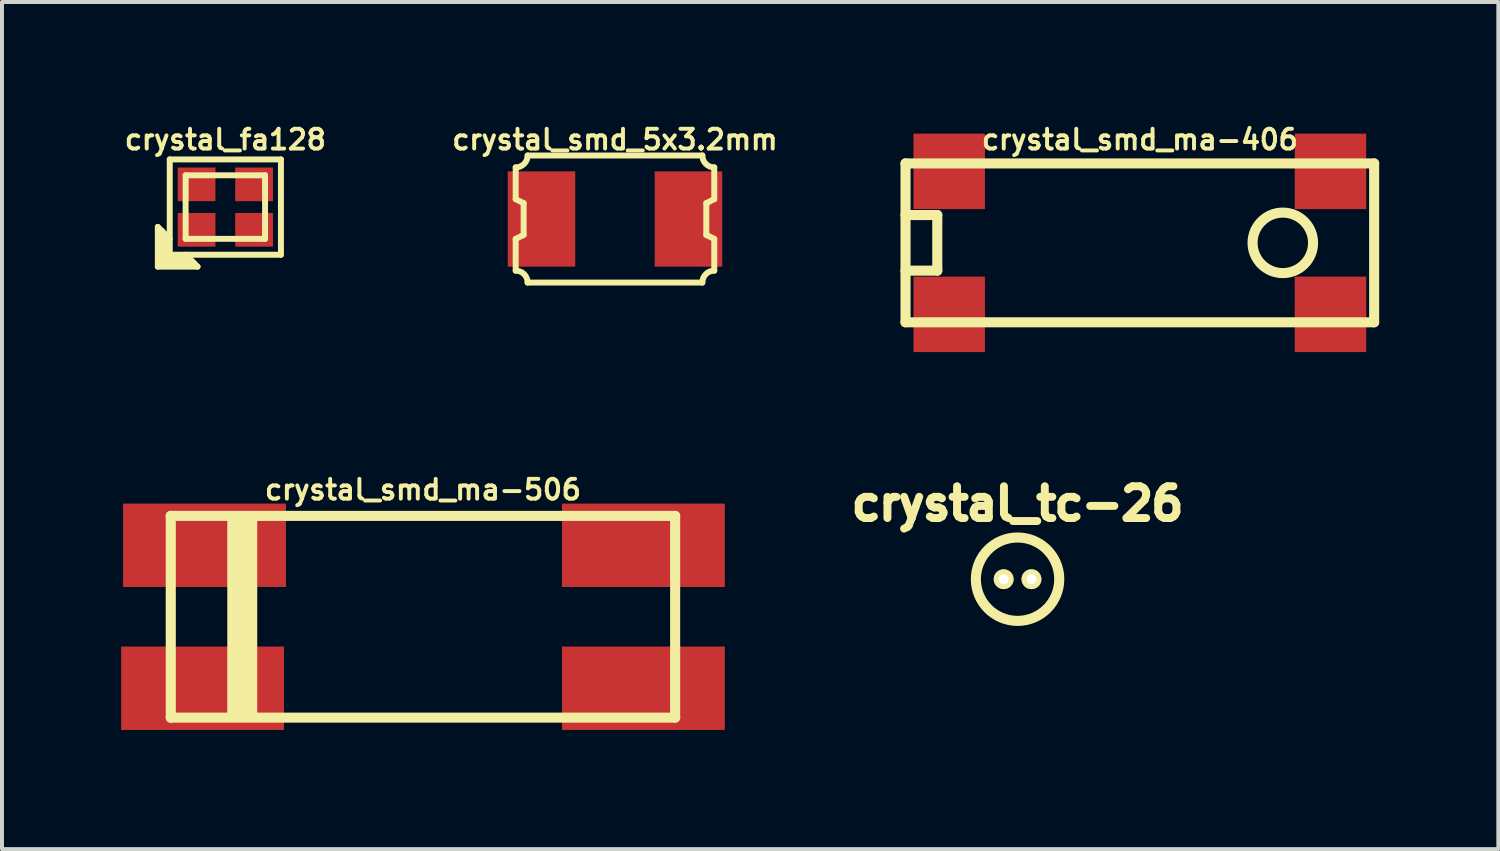
<source format=kicad_pcb>
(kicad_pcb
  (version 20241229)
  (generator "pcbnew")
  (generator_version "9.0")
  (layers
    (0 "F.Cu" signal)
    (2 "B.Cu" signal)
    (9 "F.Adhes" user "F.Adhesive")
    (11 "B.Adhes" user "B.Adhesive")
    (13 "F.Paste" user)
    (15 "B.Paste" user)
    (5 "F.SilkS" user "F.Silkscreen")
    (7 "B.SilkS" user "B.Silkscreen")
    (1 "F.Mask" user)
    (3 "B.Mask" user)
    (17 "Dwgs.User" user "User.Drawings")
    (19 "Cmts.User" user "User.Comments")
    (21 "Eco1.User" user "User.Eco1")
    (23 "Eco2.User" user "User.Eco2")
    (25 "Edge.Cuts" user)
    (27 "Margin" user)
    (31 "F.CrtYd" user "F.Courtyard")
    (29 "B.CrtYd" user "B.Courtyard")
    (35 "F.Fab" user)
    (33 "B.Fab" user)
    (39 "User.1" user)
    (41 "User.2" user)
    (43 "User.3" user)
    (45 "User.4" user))
  (footprint "crystal_smd_ma-406"
    (layer "F.Cu")
    (at 25.651 3.065)
    (property "Reference" "crystal_smd_ma-406" (at 0 -2.6 0) (layer "F.SilkS") (effects (font (size 0.498 0.498) (thickness 0.099))))
    (attr through_hole)
    (fp_line (start -5.9 -2) (end -5.9 2) (stroke (width 0.254) (type solid)) (layer "F.SilkS"))
    (fp_line (start -5.9 -2) (end 5.9 -2) (stroke (width 0.254) (type solid)) (layer "F.SilkS"))
    (fp_line (start -5.9 -0.7) (end -5.1 -0.7) (stroke (width 0.254) (type solid)) (layer "F.SilkS"))
    (fp_line (start -5.9 2) (end 5.9 2) (stroke (width 0.254) (type solid)) (layer "F.SilkS"))
    (fp_line (start -5.1 -0.7) (end -5.1 0.7) (stroke (width 0.254) (type solid)) (layer "F.SilkS"))
    (fp_line (start -5.1 0.7) (end -5.9 0.7) (stroke (width 0.254) (type solid)) (layer "F.SilkS"))
    (fp_line (start 5.9 -2) (end 5.9 2) (stroke (width 0.254) (type solid)) (layer "F.SilkS"))
    (fp_circle (center 3.6 0) (end 2.9 0.3) (stroke (width 0.254) (type solid)) (fill no) (layer "F.SilkS"))
    (pad "1" smd rect (at -4.8 1.8) (size 1.8 1.9) (layers "F.Cu" "F.Mask" "F.Paste"))
    (pad "2" smd rect (at -4.8 -1.8) (size 1.8 1.9) (layers "F.Cu" "F.Mask" "F.Paste"))
    (pad "3" smd rect (at 4.8 -1.8) (size 1.8 1.9) (layers "F.Cu" "F.Mask" "F.Paste"))
    (pad "3" smd rect (at 4.8 1.8) (size 1.8 1.9) (layers "F.Cu" "F.Mask" "F.Paste")))
  (footprint "crystal_tc-26"
    (layer "F.Cu")
    (at 22.572 11.534)
    (property "Reference" "crystal_tc-26" (at 0 -1.9 0) (layer "F.SilkS") (effects (font (size 0.8 0.8) (thickness 0.2))))
    (attr through_hole)
    (fp_circle (center 0 0) (end -1.05 0) (stroke (width 0.254) (type solid)) (fill no) (layer "F.SilkS"))
    (pad "1" thru_hole oval (at -0.35 0) (size 0.5 0.5) (drill 0.25) (layers "*.Cu" "*.Mask" "F.SilkS"))
    (pad "2" thru_hole oval (at 0.35 0) (size 0.5 0.5) (drill 0.25) (layers "*.Cu" "*.Mask" "F.SilkS")))
  (footprint "crystal_fa128"
    (layer "F.Cu")
    (at 2.624 2.164)
    (property "Reference" "crystal_fa128" (at 0 -1.699 0) (layer "F.SilkS") (effects (font (size 0.498 0.498) (thickness 0.099))))
    (attr through_hole)
    (fp_line (start -1.7 0.5) (end -1.4 0.8) (stroke (width 0.15) (type solid)) (layer "F.SilkS"))
    (fp_line (start -1.7 1.5) (end -1.7 0.5) (stroke (width 0.15) (type solid)) (layer "F.SilkS"))
    (fp_line (start -1.7 1.5) (end -0.7 1.5) (stroke (width 0.15) (type solid)) (layer "F.SilkS"))
    (fp_line (start -1.6 1.4) (end -1.6 0.6) (stroke (width 0.15) (type solid)) (layer "F.SilkS"))
    (fp_line (start -1.6 1.4) (end -0.8 1.4) (stroke (width 0.15) (type solid)) (layer "F.SilkS"))
    (fp_line (start -1.5 1.3) (end -1.5 0.7) (stroke (width 0.15) (type solid)) (layer "F.SilkS"))
    (fp_line (start -1.5 1.3) (end -0.9 1.3) (stroke (width 0.15) (type solid)) (layer "F.SilkS"))
    (fp_line (start -1.4 -1.2) (end 1.4 -1.2) (stroke (width 0.15) (type solid)) (layer "F.SilkS"))
    (fp_line (start -1.4 1.2) (end -1.4 -1.2) (stroke (width 0.15) (type solid)) (layer "F.SilkS"))
    (fp_line (start -1 -0.8) (end -1 0.8) (stroke (width 0.15) (type solid)) (layer "F.SilkS"))
    (fp_line (start -1 0.8) (end 1 0.8) (stroke (width 0.15) (type solid)) (layer "F.SilkS"))
    (fp_line (start -0.7 1.5) (end -1 1.2) (stroke (width 0.15) (type solid)) (layer "F.SilkS"))
    (fp_line (start 1 -0.8) (end -1 -0.8) (stroke (width 0.15) (type solid)) (layer "F.SilkS"))
    (fp_line (start 1 0.8) (end 1 -0.8) (stroke (width 0.15) (type solid)) (layer "F.SilkS"))
    (fp_line (start 1.4 -1.2) (end 1.4 1.2) (stroke (width 0.15) (type solid)) (layer "F.SilkS"))
    (fp_line (start 1.4 1.2) (end -1.4 1.2) (stroke (width 0.15) (type solid)) (layer "F.SilkS"))
    (pad "1" smd rect (at -0.724 0.572) (size 0.95 0.848) (layers "F.Cu" "F.Mask" "F.Paste"))
    (pad "2" smd rect (at 0.724 -0.572) (size 0.95 0.848) (layers "F.Cu" "F.Mask" "F.Paste"))
    (pad "3" smd rect (at 0.724 0.572) (size 0.95 0.848) (layers "F.Cu" "F.Mask" "F.Paste"))
    (pad "4" smd rect (at -0.724 -0.572) (size 0.95 0.848) (layers "F.Cu" "F.Mask" "F.Paste")))
  (footprint "crystal_smd_ma-506"
    (layer "F.Cu")
    (at 7.6 12.48)
    (property "Reference" "crystal_smd_ma-506" (at 0 -3.2 0) (layer "F.SilkS") (effects (font (size 0.498 0.498) (thickness 0.099))))
    (attr through_hole)
    (fp_line (start -6.35 -2.54) (end -6.35 2.54) (stroke (width 0.254) (type solid)) (layer "F.SilkS"))
    (fp_line (start -6.35 -2.54) (end 6.35 -2.54) (stroke (width 0.254) (type solid)) (layer "F.SilkS"))
    (fp_line (start -6.35 2.54) (end 6.35 2.54) (stroke (width 0.254) (type solid)) (layer "F.SilkS"))
    (fp_line (start -4.8 2.5) (end -4.8 -2.5) (stroke (width 0.254) (type solid)) (layer "F.SilkS"))
    (fp_line (start -4.7 2.5) (end -4.7 -2.5) (stroke (width 0.254) (type solid)) (layer "F.SilkS"))
    (fp_line (start -4.5 -2.5) (end -4.5 2.5) (stroke (width 0.254) (type solid)) (layer "F.SilkS"))
    (fp_line (start -4.3 2.5) (end -4.3 -2.5) (stroke (width 0.254) (type solid)) (layer "F.SilkS"))
    (fp_line (start 6.35 -2.54) (end 6.35 2.54) (stroke (width 0.254) (type solid)) (layer "F.SilkS"))
    (pad "1" smd rect (at -5.55 1.8) (size 4.1 2.1) (layers "F.Cu" "F.Mask" "F.Paste"))
    (pad "2" smd rect (at -5.5 -1.8) (size 4.1 2.1) (layers "F.Cu" "F.Mask" "F.Paste"))
    (pad "3" smd rect (at 5.55 -1.8) (size 4.1 2.1) (layers "F.Cu" "F.Mask" "F.Paste"))
    (pad "3" smd rect (at 5.55 1.8) (size 4.1 2.1) (layers "F.Cu" "F.Mask" "F.Paste")))
  (footprint "crystal_smd_5x3.2mm"
    (layer "F.Cu")
    (at 12.435 2.465)
    (property "Reference" "crystal_smd_5x3.2mm" (at 0 -2 0) (layer "F.SilkS") (effects (font (size 0.498 0.498) (thickness 0.099))))
    (attr through_hole)
    (fp_line (start -2.5 -0.5) (end -2.5 -1.3) (stroke (width 0.15) (type solid)) (layer "F.SilkS"))
    (fp_line (start -2.5 -0.5) (end -2.3 -0.4) (stroke (width 0.15) (type solid)) (layer "F.SilkS"))
    (fp_line (start -2.5 0.5) (end -2.3 0.4) (stroke (width 0.15) (type solid)) (layer "F.SilkS"))
    (fp_line (start -2.5 1.3) (end -2.5 0.5) (stroke (width 0.15) (type solid)) (layer "F.SilkS"))
    (fp_line (start -2.3 0.4) (end -2.3 -0.4) (stroke (width 0.15) (type solid)) (layer "F.SilkS"))
    (fp_line (start -2.2 -1.6) (end 2.2 -1.6) (stroke (width 0.15) (type solid)) (layer "F.SilkS"))
    (fp_line (start -2.2 1.6) (end 2.2 1.6) (stroke (width 0.15) (type solid)) (layer "F.SilkS"))
    (fp_line (start 2.3 -0.4) (end 2.5 -0.5) (stroke (width 0.15) (type solid)) (layer "F.SilkS"))
    (fp_line (start 2.3 0.4) (end 2.3 -0.4) (stroke (width 0.15) (type solid)) (layer "F.SilkS"))
    (fp_line (start 2.3 0.4) (end 2.5 0.5) (stroke (width 0.15) (type solid)) (layer "F.SilkS"))
    (fp_line (start 2.5 -0.5) (end 2.5 -1.3) (stroke (width 0.15) (type solid)) (layer "F.SilkS"))
    (fp_line (start 2.5 1.3) (end 2.5 0.5) (stroke (width 0.15) (type solid)) (layer "F.SilkS"))
    (fp_arc (start -2.5 1.3) (mid -2.287868 1.387868) (end -2.2 1.6) (stroke (width 0.15) (type solid)) (layer "F.SilkS"))
    (fp_arc (start -2.2 -1.6) (mid -2.287868 -1.387868) (end -2.5 -1.3) (stroke (width 0.15) (type solid)) (layer "F.SilkS"))
    (fp_arc (start 2.2 1.6) (mid 2.287868 1.387868) (end 2.5 1.3) (stroke (width 0.15) (type solid)) (layer "F.SilkS"))
    (fp_arc (start 2.5 -1.3) (mid 2.287868 -1.387868) (end 2.2 -1.6) (stroke (width 0.15) (type solid)) (layer "F.SilkS"))
    (pad "1" smd rect (at -1.85 0) (size 1.7 2.4) (layers "F.Cu" "F.Mask" "F.Paste"))
    (pad "2" smd rect (at 1.85 0) (size 1.7 2.4) (layers "F.Cu" "F.Mask" "F.Paste")))
  (gr_rect
    (start -3 -3)
    (end 34.678 18.33)
    (stroke (width 0.1) (type default))
    (fill no)
    (layer "Edge.Cuts")))
</source>
